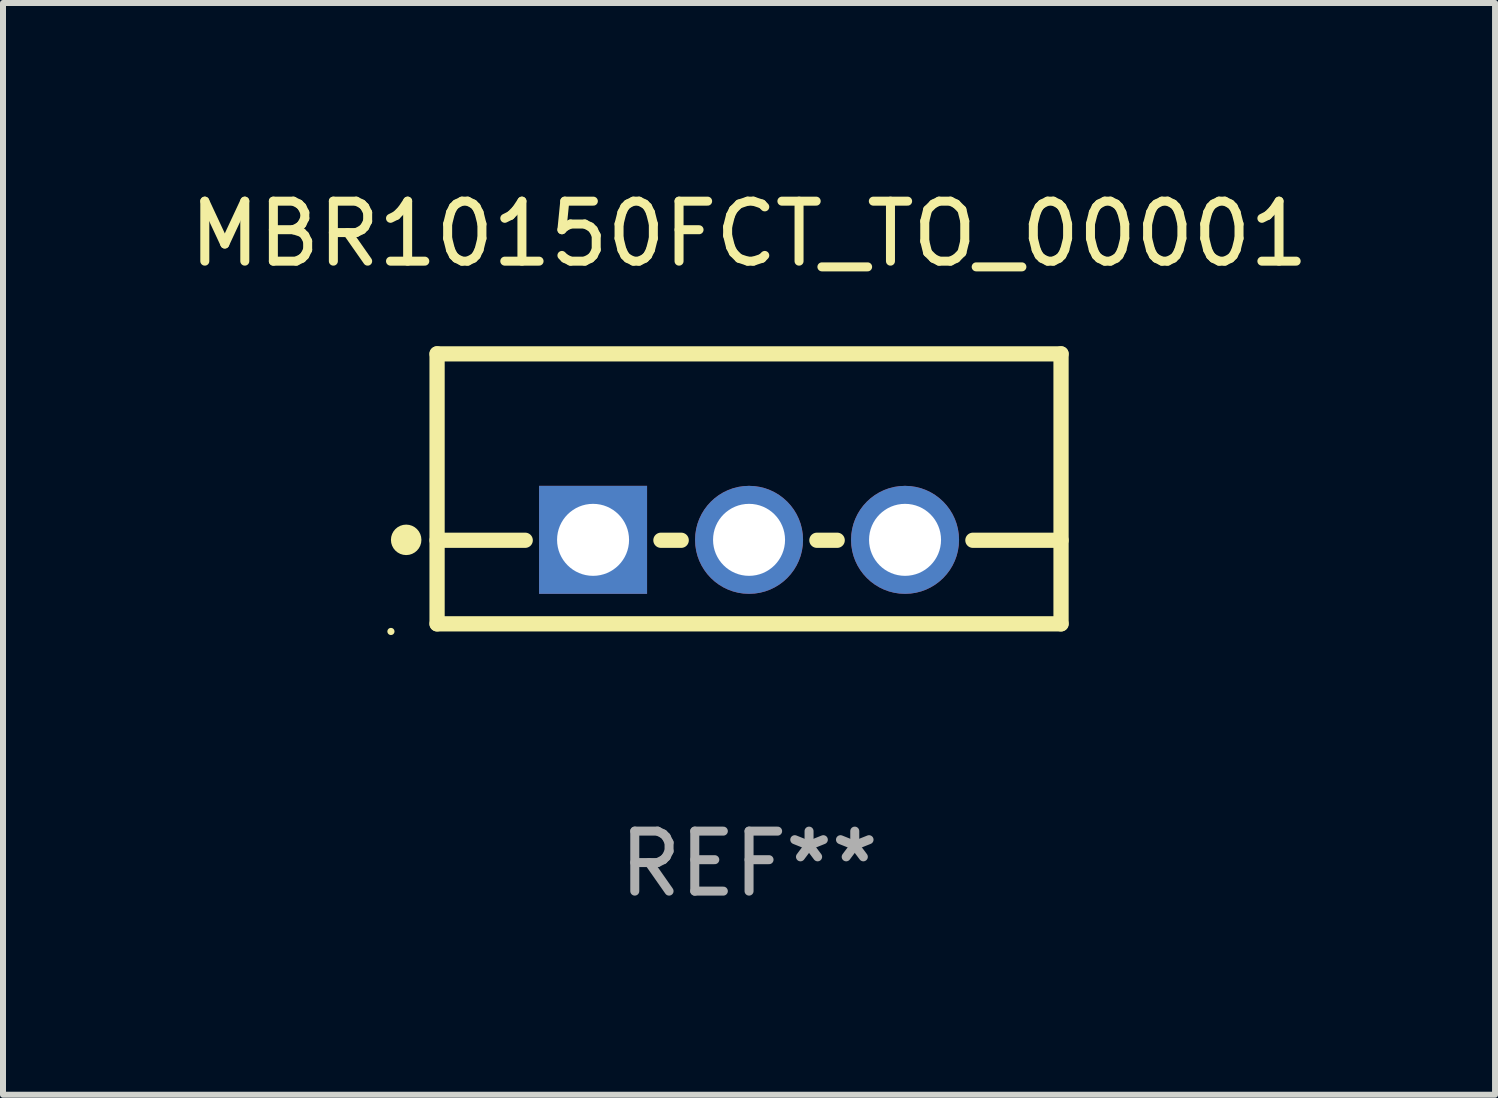
<source format=kicad_pcb>
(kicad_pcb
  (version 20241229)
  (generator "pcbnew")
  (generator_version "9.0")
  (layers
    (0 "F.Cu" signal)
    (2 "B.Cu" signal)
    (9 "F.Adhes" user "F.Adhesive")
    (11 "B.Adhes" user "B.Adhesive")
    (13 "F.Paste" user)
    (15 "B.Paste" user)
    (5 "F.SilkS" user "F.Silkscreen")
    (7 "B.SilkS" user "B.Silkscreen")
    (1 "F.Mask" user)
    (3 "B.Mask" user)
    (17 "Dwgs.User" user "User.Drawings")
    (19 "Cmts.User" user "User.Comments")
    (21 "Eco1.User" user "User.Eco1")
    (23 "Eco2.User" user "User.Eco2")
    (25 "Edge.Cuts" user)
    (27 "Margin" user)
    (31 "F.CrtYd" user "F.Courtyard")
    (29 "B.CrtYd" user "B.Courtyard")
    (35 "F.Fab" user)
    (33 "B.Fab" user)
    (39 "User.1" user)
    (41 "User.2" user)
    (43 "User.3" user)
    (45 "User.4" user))
  (footprint "MBR10150FCT_TO_00001"
    (layer "F.Cu")
    (at 9.435 5.098)
    (property "Reference" "MBR10150FCT_TO_00001" (at 0 -4.25 0) (layer "F.SilkS") (effects (font (size 1 1) (thickness 0.15))))
    (attr through_hole)
    (fp_line (start -5.2 -2.25) (end -5.2 2.25) (stroke (width 0.254) (type solid)) (layer "F.SilkS"))
    (fp_line (start -5.2 -2.25) (end 5.2 -2.25) (stroke (width 0.254) (type solid)) (layer "F.SilkS"))
    (fp_line (start -5.2 0.857) (end -3.731 0.857) (stroke (width 0.254) (type solid)) (layer "F.SilkS"))
    (fp_line (start -5.2 2.25) (end 5.2 2.25) (stroke (width 0.254) (type solid)) (layer "F.SilkS"))
    (fp_line (start -1.469 0.857) (end -1.131 0.857) (stroke (width 0.254) (type solid)) (layer "F.SilkS"))
    (fp_line (start 1.131 0.857) (end 1.469 0.857) (stroke (width 0.254) (type solid)) (layer "F.SilkS"))
    (fp_line (start 3.731 0.857) (end 5.2 0.857) (stroke (width 0.254) (type solid)) (layer "F.SilkS"))
    (fp_line (start 5.2 -2.25) (end 5.2 2.25) (stroke (width 0.254) (type solid)) (layer "F.SilkS"))
    (fp_circle (center -5.969 2.377) (end -5.939 2.377) (stroke (width 0.06) (type solid)) (fill no) (layer "F.SilkS"))
    (fp_circle (center -5.715 0.85) (end -5.588 0.85) (stroke (width 0.254) (type solid)) (fill no) (layer "F.SilkS"))
    (fp_text user "REF**" (at 0 6.25 0) (layer "F.Fab") (effects (font (size 1 1) (thickness 0.15))))
    (pad "1" thru_hole rect (at -2.6 0.85) (size 1.8 1.8) (drill 1.2) (layers "*.Cu" "*.Mask"))
    (pad "2" thru_hole circle (at 0 0.85) (size 1.8 1.8) (drill 1.2) (layers "*.Cu" "*.Mask"))
    (pad "3" thru_hole circle (at 2.6 0.85) (size 1.8 1.8) (drill 1.2) (layers "*.Cu" "*.Mask")))
  (gr_rect
    (start -3 -3)
    (end 21.869 15.197)
    (stroke (width 0.1) (type default))
    (fill no)
    (layer "Edge.Cuts")))
</source>
